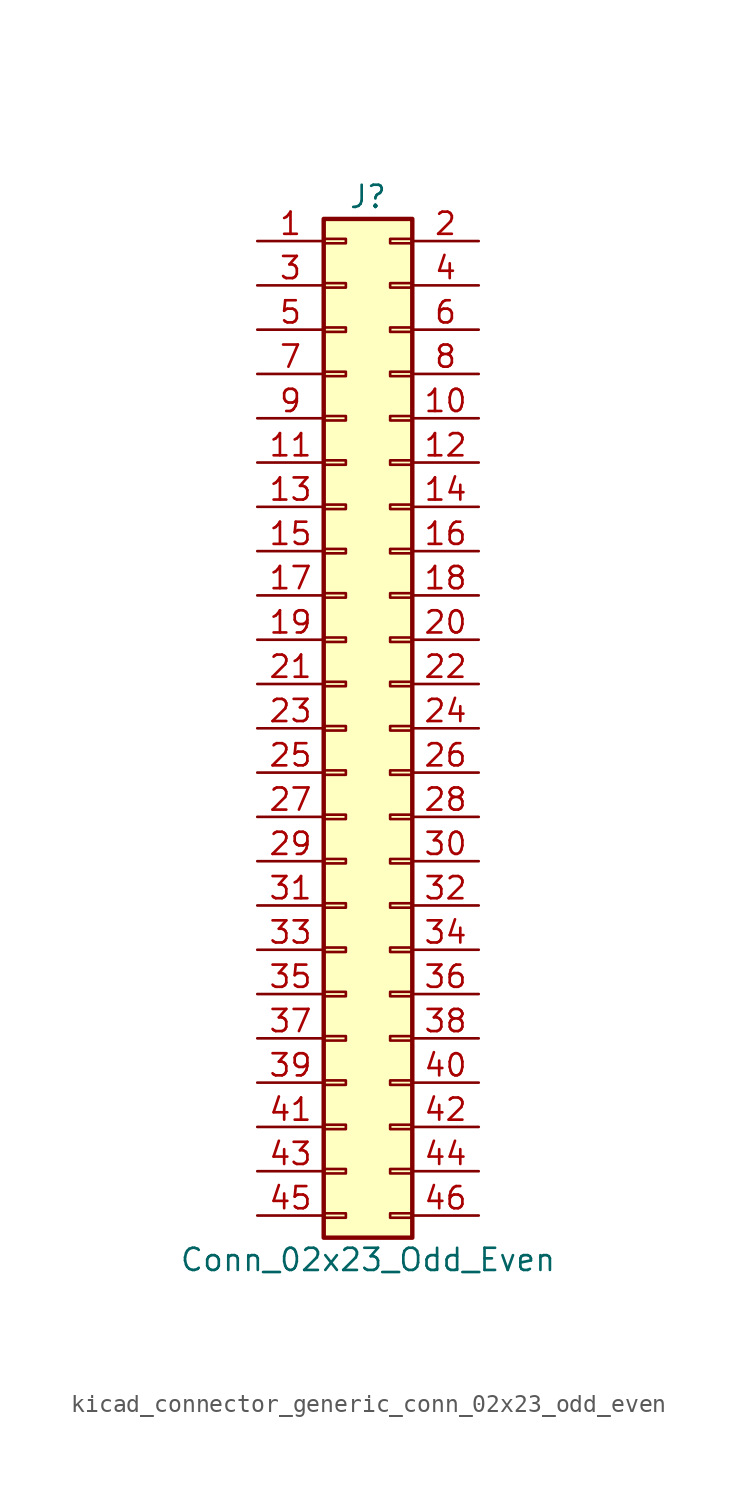
<source format=kicad_sym>
(kicad_symbol_lib
  (version 20220914)
  (generator kicad_symbol_editor)
  (symbol "kicad_connector_generic_conn_02x23_odd_even"
    (pin_names
      (offset 1.016) hide)
    (property "Reference" "J"
      (at 1.27 30.48 0)
      (effects (font (size 1.27 1.27))))
    (property "Value" "Conn_02x23_Odd_Even"
      (at 1.27 -30.48 0)
      (effects (font (size 1.27 1.27))))
    (symbol "kicad_connector_generic_conn_02x23_odd_even_1_1"
      (rectangle (start -1.27 -27.813) (end 0 -28.067) (stroke (width 0.152) (type default)) (fill (type none)))
      (rectangle (start -1.27 -25.273) (end 0 -25.527) (stroke (width 0.152) (type default)) (fill (type none)))
      (rectangle (start -1.27 -22.733) (end 0 -22.987) (stroke (width 0.152) (type default)) (fill (type none)))
      (rectangle (start -1.27 -20.193) (end 0 -20.447) (stroke (width 0.152) (type default)) (fill (type none)))
      (rectangle (start -1.27 -17.653) (end 0 -17.907) (stroke (width 0.152) (type default)) (fill (type none)))
      (rectangle (start -1.27 -15.113) (end 0 -15.367) (stroke (width 0.152) (type default)) (fill (type none)))
      (rectangle (start -1.27 -12.573) (end 0 -12.827) (stroke (width 0.152) (type default)) (fill (type none)))
      (rectangle (start -1.27 -10.033) (end 0 -10.287) (stroke (width 0.152) (type default)) (fill (type none)))
      (rectangle (start -1.27 -7.493) (end 0 -7.747) (stroke (width 0.152) (type default)) (fill (type none)))
      (rectangle (start -1.27 -4.953) (end 0 -5.207) (stroke (width 0.152) (type default)) (fill (type none)))
      (rectangle (start -1.27 -2.413) (end 0 -2.667) (stroke (width 0.152) (type default)) (fill (type none)))
      (rectangle (start -1.27 0.127) (end 0 -0.127) (stroke (width 0.152) (type default)) (fill (type none)))
      (rectangle (start -1.27 2.667) (end 0 2.413) (stroke (width 0.152) (type default)) (fill (type none)))
      (rectangle (start -1.27 5.207) (end 0 4.953) (stroke (width 0.152) (type default)) (fill (type none)))
      (rectangle (start -1.27 7.747) (end 0 7.493) (stroke (width 0.152) (type default)) (fill (type none)))
      (rectangle (start -1.27 10.287) (end 0 10.033) (stroke (width 0.152) (type default)) (fill (type none)))
      (rectangle (start -1.27 12.827) (end 0 12.573) (stroke (width 0.152) (type default)) (fill (type none)))
      (rectangle (start -1.27 15.367) (end 0 15.113) (stroke (width 0.152) (type default)) (fill (type none)))
      (rectangle (start -1.27 17.907) (end 0 17.653) (stroke (width 0.152) (type default)) (fill (type none)))
      (rectangle (start -1.27 20.447) (end 0 20.193) (stroke (width 0.152) (type default)) (fill (type none)))
      (rectangle (start -1.27 22.987) (end 0 22.733) (stroke (width 0.152) (type default)) (fill (type none)))
      (rectangle (start -1.27 25.527) (end 0 25.273) (stroke (width 0.152) (type default)) (fill (type none)))
      (rectangle (start -1.27 28.067) (end 0 27.813) (stroke (width 0.152) (type default)) (fill (type none)))
      (rectangle (start -1.27 29.21) (end 3.81 -29.21) (stroke (width 0.254) (type default)) (fill (type background)))
      (rectangle (start 3.81 -27.813) (end 2.54 -28.067) (stroke (width 0.152) (type default)) (fill (type none)))
      (rectangle (start 3.81 -25.273) (end 2.54 -25.527) (stroke (width 0.152) (type default)) (fill (type none)))
      (rectangle (start 3.81 -22.733) (end 2.54 -22.987) (stroke (width 0.152) (type default)) (fill (type none)))
      (rectangle (start 3.81 -20.193) (end 2.54 -20.447) (stroke (width 0.152) (type default)) (fill (type none)))
      (rectangle (start 3.81 -17.653) (end 2.54 -17.907) (stroke (width 0.152) (type default)) (fill (type none)))
      (rectangle (start 3.81 -15.113) (end 2.54 -15.367) (stroke (width 0.152) (type default)) (fill (type none)))
      (rectangle (start 3.81 -12.573) (end 2.54 -12.827) (stroke (width 0.152) (type default)) (fill (type none)))
      (rectangle (start 3.81 -10.033) (end 2.54 -10.287) (stroke (width 0.152) (type default)) (fill (type none)))
      (rectangle (start 3.81 -7.493) (end 2.54 -7.747) (stroke (width 0.152) (type default)) (fill (type none)))
      (rectangle (start 3.81 -4.953) (end 2.54 -5.207) (stroke (width 0.152) (type default)) (fill (type none)))
      (rectangle (start 3.81 -2.413) (end 2.54 -2.667) (stroke (width 0.152) (type default)) (fill (type none)))
      (rectangle (start 3.81 0.127) (end 2.54 -0.127) (stroke (width 0.152) (type default)) (fill (type none)))
      (rectangle (start 3.81 2.667) (end 2.54 2.413) (stroke (width 0.152) (type default)) (fill (type none)))
      (rectangle (start 3.81 5.207) (end 2.54 4.953) (stroke (width 0.152) (type default)) (fill (type none)))
      (rectangle (start 3.81 7.747) (end 2.54 7.493) (stroke (width 0.152) (type default)) (fill (type none)))
      (rectangle (start 3.81 10.287) (end 2.54 10.033) (stroke (width 0.152) (type default)) (fill (type none)))
      (rectangle (start 3.81 12.827) (end 2.54 12.573) (stroke (width 0.152) (type default)) (fill (type none)))
      (rectangle (start 3.81 15.367) (end 2.54 15.113) (stroke (width 0.152) (type default)) (fill (type none)))
      (rectangle (start 3.81 17.907) (end 2.54 17.653) (stroke (width 0.152) (type default)) (fill (type none)))
      (rectangle (start 3.81 20.447) (end 2.54 20.193) (stroke (width 0.152) (type default)) (fill (type none)))
      (rectangle (start 3.81 22.987) (end 2.54 22.733) (stroke (width 0.152) (type default)) (fill (type none)))
      (rectangle (start 3.81 25.527) (end 2.54 25.273) (stroke (width 0.152) (type default)) (fill (type none)))
      (rectangle (start 3.81 28.067) (end 2.54 27.813) (stroke (width 0.152) (type default)) (fill (type none)))
      (pin passive line (at -5.08 27.94 0) (length 3.81) (name "Pin_1" (effects (font (size 1.27 1.27)))) (number "1" (effects (font (size 1.27 1.27)))))
      (pin passive line (at 7.62 17.78 180) (length 3.81) (name "Pin_10" (effects (font (size 1.27 1.27)))) (number "10" (effects (font (size 1.27 1.27)))))
      (pin passive line (at -5.08 15.24 0) (length 3.81) (name "Pin_11" (effects (font (size 1.27 1.27)))) (number "11" (effects (font (size 1.27 1.27)))))
      (pin passive line (at 7.62 15.24 180) (length 3.81) (name "Pin_12" (effects (font (size 1.27 1.27)))) (number "12" (effects (font (size 1.27 1.27)))))
      (pin passive line (at -5.08 12.7 0) (length 3.81) (name "Pin_13" (effects (font (size 1.27 1.27)))) (number "13" (effects (font (size 1.27 1.27)))))
      (pin passive line (at 7.62 12.7 180) (length 3.81) (name "Pin_14" (effects (font (size 1.27 1.27)))) (number "14" (effects (font (size 1.27 1.27)))))
      (pin passive line (at -5.08 10.16 0) (length 3.81) (name "Pin_15" (effects (font (size 1.27 1.27)))) (number "15" (effects (font (size 1.27 1.27)))))
      (pin passive line (at 7.62 10.16 180) (length 3.81) (name "Pin_16" (effects (font (size 1.27 1.27)))) (number "16" (effects (font (size 1.27 1.27)))))
      (pin passive line (at -5.08 7.62 0) (length 3.81) (name "Pin_17" (effects (font (size 1.27 1.27)))) (number "17" (effects (font (size 1.27 1.27)))))
      (pin passive line (at 7.62 7.62 180) (length 3.81) (name "Pin_18" (effects (font (size 1.27 1.27)))) (number "18" (effects (font (size 1.27 1.27)))))
      (pin passive line (at -5.08 5.08 0) (length 3.81) (name "Pin_19" (effects (font (size 1.27 1.27)))) (number "19" (effects (font (size 1.27 1.27)))))
      (pin passive line (at 7.62 27.94 180) (length 3.81) (name "Pin_2" (effects (font (size 1.27 1.27)))) (number "2" (effects (font (size 1.27 1.27)))))
      (pin passive line (at 7.62 5.08 180) (length 3.81) (name "Pin_20" (effects (font (size 1.27 1.27)))) (number "20" (effects (font (size 1.27 1.27)))))
      (pin passive line (at -5.08 2.54 0) (length 3.81) (name "Pin_21" (effects (font (size 1.27 1.27)))) (number "21" (effects (font (size 1.27 1.27)))))
      (pin passive line (at 7.62 2.54 180) (length 3.81) (name "Pin_22" (effects (font (size 1.27 1.27)))) (number "22" (effects (font (size 1.27 1.27)))))
      (pin passive line (at -5.08 0 0) (length 3.81) (name "Pin_23" (effects (font (size 1.27 1.27)))) (number "23" (effects (font (size 1.27 1.27)))))
      (pin passive line (at 7.62 0 180) (length 3.81) (name "Pin_24" (effects (font (size 1.27 1.27)))) (number "24" (effects (font (size 1.27 1.27)))))
      (pin passive line (at -5.08 -2.54 0) (length 3.81) (name "Pin_25" (effects (font (size 1.27 1.27)))) (number "25" (effects (font (size 1.27 1.27)))))
      (pin passive line (at 7.62 -2.54 180) (length 3.81) (name "Pin_26" (effects (font (size 1.27 1.27)))) (number "26" (effects (font (size 1.27 1.27)))))
      (pin passive line (at -5.08 -5.08 0) (length 3.81) (name "Pin_27" (effects (font (size 1.27 1.27)))) (number "27" (effects (font (size 1.27 1.27)))))
      (pin passive line (at 7.62 -5.08 180) (length 3.81) (name "Pin_28" (effects (font (size 1.27 1.27)))) (number "28" (effects (font (size 1.27 1.27)))))
      (pin passive line (at -5.08 -7.62 0) (length 3.81) (name "Pin_29" (effects (font (size 1.27 1.27)))) (number "29" (effects (font (size 1.27 1.27)))))
      (pin passive line (at -5.08 25.4 0) (length 3.81) (name "Pin_3" (effects (font (size 1.27 1.27)))) (number "3" (effects (font (size 1.27 1.27)))))
      (pin passive line (at 7.62 -7.62 180) (length 3.81) (name "Pin_30" (effects (font (size 1.27 1.27)))) (number "30" (effects (font (size 1.27 1.27)))))
      (pin passive line (at -5.08 -10.16 0) (length 3.81) (name "Pin_31" (effects (font (size 1.27 1.27)))) (number "31" (effects (font (size 1.27 1.27)))))
      (pin passive line (at 7.62 -10.16 180) (length 3.81) (name "Pin_32" (effects (font (size 1.27 1.27)))) (number "32" (effects (font (size 1.27 1.27)))))
      (pin passive line (at -5.08 -12.7 0) (length 3.81) (name "Pin_33" (effects (font (size 1.27 1.27)))) (number "33" (effects (font (size 1.27 1.27)))))
      (pin passive line (at 7.62 -12.7 180) (length 3.81) (name "Pin_34" (effects (font (size 1.27 1.27)))) (number "34" (effects (font (size 1.27 1.27)))))
      (pin passive line (at -5.08 -15.24 0) (length 3.81) (name "Pin_35" (effects (font (size 1.27 1.27)))) (number "35" (effects (font (size 1.27 1.27)))))
      (pin passive line (at 7.62 -15.24 180) (length 3.81) (name "Pin_36" (effects (font (size 1.27 1.27)))) (number "36" (effects (font (size 1.27 1.27)))))
      (pin passive line (at -5.08 -17.78 0) (length 3.81) (name "Pin_37" (effects (font (size 1.27 1.27)))) (number "37" (effects (font (size 1.27 1.27)))))
      (pin passive line (at 7.62 -17.78 180) (length 3.81) (name "Pin_38" (effects (font (size 1.27 1.27)))) (number "38" (effects (font (size 1.27 1.27)))))
      (pin passive line (at -5.08 -20.32 0) (length 3.81) (name "Pin_39" (effects (font (size 1.27 1.27)))) (number "39" (effects (font (size 1.27 1.27)))))
      (pin passive line (at 7.62 25.4 180) (length 3.81) (name "Pin_4" (effects (font (size 1.27 1.27)))) (number "4" (effects (font (size 1.27 1.27)))))
      (pin passive line (at 7.62 -20.32 180) (length 3.81) (name "Pin_40" (effects (font (size 1.27 1.27)))) (number "40" (effects (font (size 1.27 1.27)))))
      (pin passive line (at -5.08 -22.86 0) (length 3.81) (name "Pin_41" (effects (font (size 1.27 1.27)))) (number "41" (effects (font (size 1.27 1.27)))))
      (pin passive line (at 7.62 -22.86 180) (length 3.81) (name "Pin_42" (effects (font (size 1.27 1.27)))) (number "42" (effects (font (size 1.27 1.27)))))
      (pin passive line (at -5.08 -25.4 0) (length 3.81) (name "Pin_43" (effects (font (size 1.27 1.27)))) (number "43" (effects (font (size 1.27 1.27)))))
      (pin passive line (at 7.62 -25.4 180) (length 3.81) (name "Pin_44" (effects (font (size 1.27 1.27)))) (number "44" (effects (font (size 1.27 1.27)))))
      (pin passive line (at -5.08 -27.94 0) (length 3.81) (name "Pin_45" (effects (font (size 1.27 1.27)))) (number "45" (effects (font (size 1.27 1.27)))))
      (pin passive line (at 7.62 -27.94 180) (length 3.81) (name "Pin_46" (effects (font (size 1.27 1.27)))) (number "46" (effects (font (size 1.27 1.27)))))
      (pin passive line (at -5.08 22.86 0) (length 3.81) (name "Pin_5" (effects (font (size 1.27 1.27)))) (number "5" (effects (font (size 1.27 1.27)))))
      (pin passive line (at 7.62 22.86 180) (length 3.81) (name "Pin_6" (effects (font (size 1.27 1.27)))) (number "6" (effects (font (size 1.27 1.27)))))
      (pin passive line (at -5.08 20.32 0) (length 3.81) (name "Pin_7" (effects (font (size 1.27 1.27)))) (number "7" (effects (font (size 1.27 1.27)))))
      (pin passive line (at 7.62 20.32 180) (length 3.81) (name "Pin_8" (effects (font (size 1.27 1.27)))) (number "8" (effects (font (size 1.27 1.27)))))
      (pin passive line (at -5.08 17.78 0) (length 3.81) (name "Pin_9" (effects (font (size 1.27 1.27)))) (number "9" (effects (font (size 1.27 1.27))))))))
</source>
